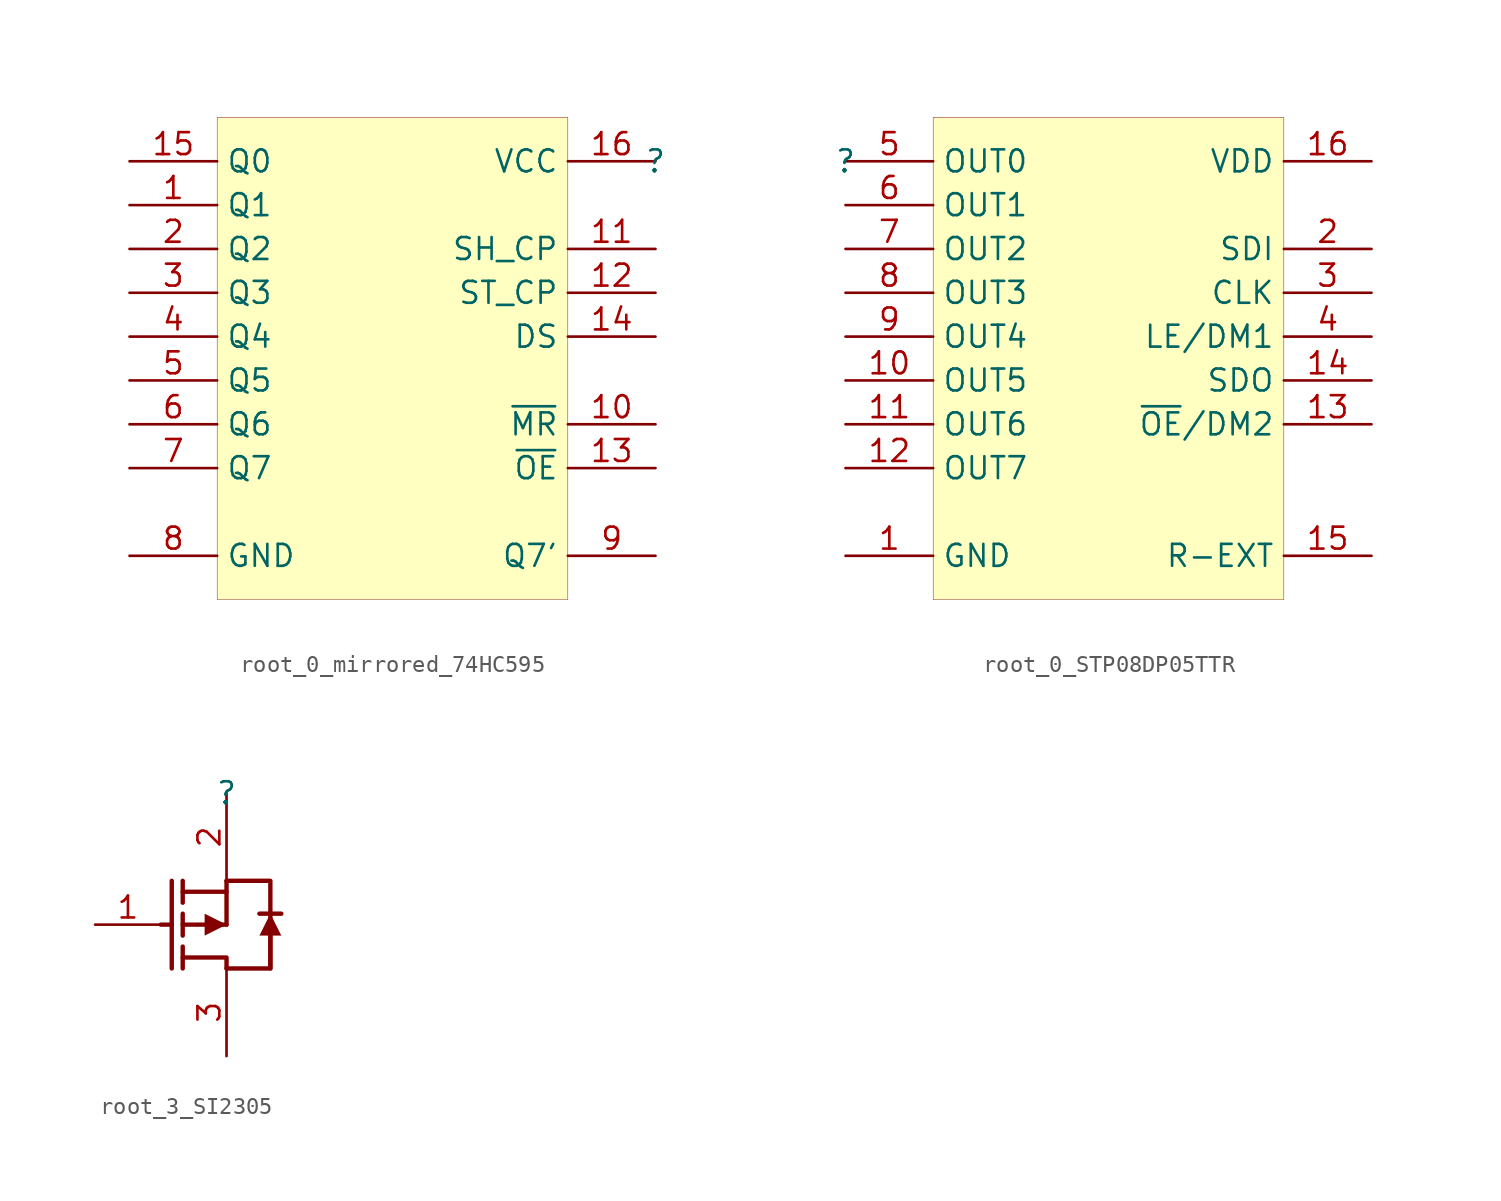
<source format=kicad_sym>
(kicad_symbol_lib
  (version 20231120)
  (generator "kicad_symbol_editor")
  (generator_version "8.0")
  (symbol "root_0_mirrored_74HC595"
    (property "Reference" ""
      (at 0 0 0)
      (effects (font (size 1.27 1.27))))
    (property "Value" ""
      (at 0 0 0)
      (effects (font (size 1.27 1.27))))
    (symbol "root_0_mirrored_74HC595_1_0"
      (rectangle (start -5.08 2.54) (end -25.4 -25.4) (stroke (width 0.025) (type solid) (color 128 0 0 1)) (fill (type background)))
      (pin passive line (at -30.48 -2.54 0) (length 5.08) (name "Q1" (effects (font (size 1.27 1.27)))) (number "1" (effects (font (size 1.27 1.27)))))
      (pin passive line (at 0 -15.24 180) (length 5.08) (name "~{MR}" (effects (font (size 1.27 1.27)))) (number "10" (effects (font (size 1.27 1.27)))))
      (pin passive line (at 0 -5.08 180) (length 5.08) (name "SH_CP" (effects (font (size 1.27 1.27)))) (number "11" (effects (font (size 1.27 1.27)))))
      (pin passive line (at 0 -7.62 180) (length 5.08) (name "ST_CP" (effects (font (size 1.27 1.27)))) (number "12" (effects (font (size 1.27 1.27)))))
      (pin passive line (at 0 -17.78 180) (length 5.08) (name "~{OE}" (effects (font (size 1.27 1.27)))) (number "13" (effects (font (size 1.27 1.27)))))
      (pin passive line (at 0 -10.16 180) (length 5.08) (name "DS" (effects (font (size 1.27 1.27)))) (number "14" (effects (font (size 1.27 1.27)))))
      (pin passive line (at -30.48 0 0) (length 5.08) (name "Q0" (effects (font (size 1.27 1.27)))) (number "15" (effects (font (size 1.27 1.27)))))
      (pin passive line (at 0 0 180) (length 5.08) (name "VCC" (effects (font (size 1.27 1.27)))) (number "16" (effects (font (size 1.27 1.27)))))
      (pin passive line (at -30.48 -5.08 0) (length 5.08) (name "Q2" (effects (font (size 1.27 1.27)))) (number "2" (effects (font (size 1.27 1.27)))))
      (pin passive line (at -30.48 -7.62 0) (length 5.08) (name "Q3" (effects (font (size 1.27 1.27)))) (number "3" (effects (font (size 1.27 1.27)))))
      (pin passive line (at -30.48 -10.16 0) (length 5.08) (name "Q4" (effects (font (size 1.27 1.27)))) (number "4" (effects (font (size 1.27 1.27)))))
      (pin passive line (at -30.48 -12.7 0) (length 5.08) (name "Q5" (effects (font (size 1.27 1.27)))) (number "5" (effects (font (size 1.27 1.27)))))
      (pin passive line (at -30.48 -15.24 0) (length 5.08) (name "Q6" (effects (font (size 1.27 1.27)))) (number "6" (effects (font (size 1.27 1.27)))))
      (pin passive line (at -30.48 -17.78 0) (length 5.08) (name "Q7" (effects (font (size 1.27 1.27)))) (number "7" (effects (font (size 1.27 1.27)))))
      (pin passive line (at -30.48 -22.86 0) (length 5.08) (name "GND" (effects (font (size 1.27 1.27)))) (number "8" (effects (font (size 1.27 1.27)))))
      (pin passive line (at 0 -22.86 180) (length 5.08) (name "Q7'" (effects (font (size 1.27 1.27)))) (number "9" (effects (font (size 1.27 1.27)))))))
  (symbol "root_0_STP08DP05TTR"
    (property "Reference" ""
      (at 0 0 0)
      (effects (font (size 1.27 1.27))))
    (property "Value" ""
      (at 0 0 0)
      (effects (font (size 1.27 1.27))))
    (symbol "root_0_STP08DP05TTR_1_0"
      (rectangle (start 25.4 2.54) (end 5.08 -25.4) (stroke (width 0.025) (type solid) (color 128 0 0 1)) (fill (type background)))
      (pin passive line (at 0 -22.86 0) (length 5.08) (name "GND" (effects (font (size 1.27 1.27)))) (number "1" (effects (font (size 1.27 1.27)))))
      (pin passive line (at 0 -12.7 0) (length 5.08) (name "OUT5" (effects (font (size 1.27 1.27)))) (number "10" (effects (font (size 1.27 1.27)))))
      (pin passive line (at 0 -15.24 0) (length 5.08) (name "OUT6" (effects (font (size 1.27 1.27)))) (number "11" (effects (font (size 1.27 1.27)))))
      (pin passive line (at 0 -17.78 0) (length 5.08) (name "OUT7" (effects (font (size 1.27 1.27)))) (number "12" (effects (font (size 1.27 1.27)))))
      (pin passive line (at 30.48 -15.24 180) (length 5.08) (name "~{OE}/DM2" (effects (font (size 1.27 1.27)))) (number "13" (effects (font (size 1.27 1.27)))))
      (pin passive line (at 30.48 -12.7 180) (length 5.08) (name "SDO" (effects (font (size 1.27 1.27)))) (number "14" (effects (font (size 1.27 1.27)))))
      (pin passive line (at 30.48 -22.86 180) (length 5.08) (name "R-EXT" (effects (font (size 1.27 1.27)))) (number "15" (effects (font (size 1.27 1.27)))))
      (pin passive line (at 30.48 0 180) (length 5.08) (name "VDD" (effects (font (size 1.27 1.27)))) (number "16" (effects (font (size 1.27 1.27)))))
      (pin passive line (at 30.48 -5.08 180) (length 5.08) (name "SDI" (effects (font (size 1.27 1.27)))) (number "2" (effects (font (size 1.27 1.27)))))
      (pin passive line (at 30.48 -7.62 180) (length 5.08) (name "CLK" (effects (font (size 1.27 1.27)))) (number "3" (effects (font (size 1.27 1.27)))))
      (pin passive line (at 30.48 -10.16 180) (length 5.08) (name "LE/DM1" (effects (font (size 1.27 1.27)))) (number "4" (effects (font (size 1.27 1.27)))))
      (pin passive line (at 0 0 0) (length 5.08) (name "OUT0" (effects (font (size 1.27 1.27)))) (number "5" (effects (font (size 1.27 1.27)))))
      (pin passive line (at 0 -2.54 0) (length 5.08) (name "OUT1" (effects (font (size 1.27 1.27)))) (number "6" (effects (font (size 1.27 1.27)))))
      (pin passive line (at 0 -5.08 0) (length 5.08) (name "OUT2" (effects (font (size 1.27 1.27)))) (number "7" (effects (font (size 1.27 1.27)))))
      (pin passive line (at 0 -7.62 0) (length 5.08) (name "OUT3" (effects (font (size 1.27 1.27)))) (number "8" (effects (font (size 1.27 1.27)))))
      (pin passive line (at 0 -10.16 0) (length 5.08) (name "OUT4" (effects (font (size 1.27 1.27)))) (number "9" (effects (font (size 1.27 1.27)))))))
  (symbol "root_3_SI2305"
    (property "Reference" ""
      (at 0 0 0)
      (effects (font (size 1.27 1.27))))
    (property "Value" ""
      (at 0 0 0)
      (effects (font (size 1.27 1.27))))
    (symbol "root_3_SI2305_1_0"
      (polyline (pts (xy -3.175 -7.62) (xy -3.81 -7.62)) (stroke (width 0.254) (type solid)) (fill (type none)))
      (polyline (pts (xy -3.175 -5.08) (xy -3.175 -10.16)) (stroke (width 0.254) (type solid)) (fill (type none)))
      (polyline (pts (xy -2.54 -8.89) (xy -2.54 -10.16)) (stroke (width 0.254) (type solid)) (fill (type none)))
      (polyline (pts (xy -2.54 -8.255) (xy -2.54 -6.985)) (stroke (width 0.254) (type solid)) (fill (type none)))
      (polyline (pts (xy -2.54 -7.62) (xy 0 -7.62)) (stroke (width 0.254) (type solid)) (fill (type none)))
      (polyline (pts (xy -2.54 -6.35) (xy -2.54 -5.08)) (stroke (width 0.254) (type solid)) (fill (type none)))
      (polyline (pts (xy 0 -7.62) (xy 0 -5.08)) (stroke (width 0.254) (type solid)) (fill (type none)))
      (polyline (pts (xy 0 -5.715) (xy -2.54 -5.715)) (stroke (width 0.254) (type solid)) (fill (type none)))
      (polyline (pts (xy 2.54 -10.16) (xy 2.54 -7.62)) (stroke (width 0.254) (type solid)) (fill (type none)))
      (polyline (pts (xy 3.175 -6.985) (xy 1.905 -6.985)) (stroke (width 0.254) (type solid)) (fill (type none)))
      (polyline (pts (xy 0 -10.16) (xy 0 -9.525) (xy -2.54 -9.525)) (stroke (width 0.254) (type solid)) (fill (type none)))
      (polyline (pts (xy -1.27 -8.255) (xy -1.27 -6.985) (xy 0 -7.62) (xy -1.27 -8.255)) (stroke (width -0.0001) (type solid)) (fill (type outline)))
      (polyline (pts (xy 0 -5.08) (xy 2.54 -5.08) (xy 2.54 -10.16) (xy 0 -10.16)) (stroke (width 0.254) (type solid)) (fill (type none)))
      (polyline (pts (xy 3.175 -8.255) (xy 1.905 -8.255) (xy 2.54 -6.985) (xy 3.175 -8.255)) (stroke (width -0.0001) (type solid)) (fill (type outline)))
      (pin passive line (at -7.62 -7.62 0) (length 3.81) (name "G" (effects (font (size 0 0)))) (number "1" (effects (font (size 1.27 1.27)))))
      (pin passive line (at 0 0 270) (length 5.08) (name "S" (effects (font (size 0 0)))) (number "2" (effects (font (size 1.27 1.27)))))
      (pin passive line (at 0 -15.24 90) (length 5.08) (name "D" (effects (font (size 0 0)))) (number "3" (effects (font (size 1.27 1.27))))))))
</source>
